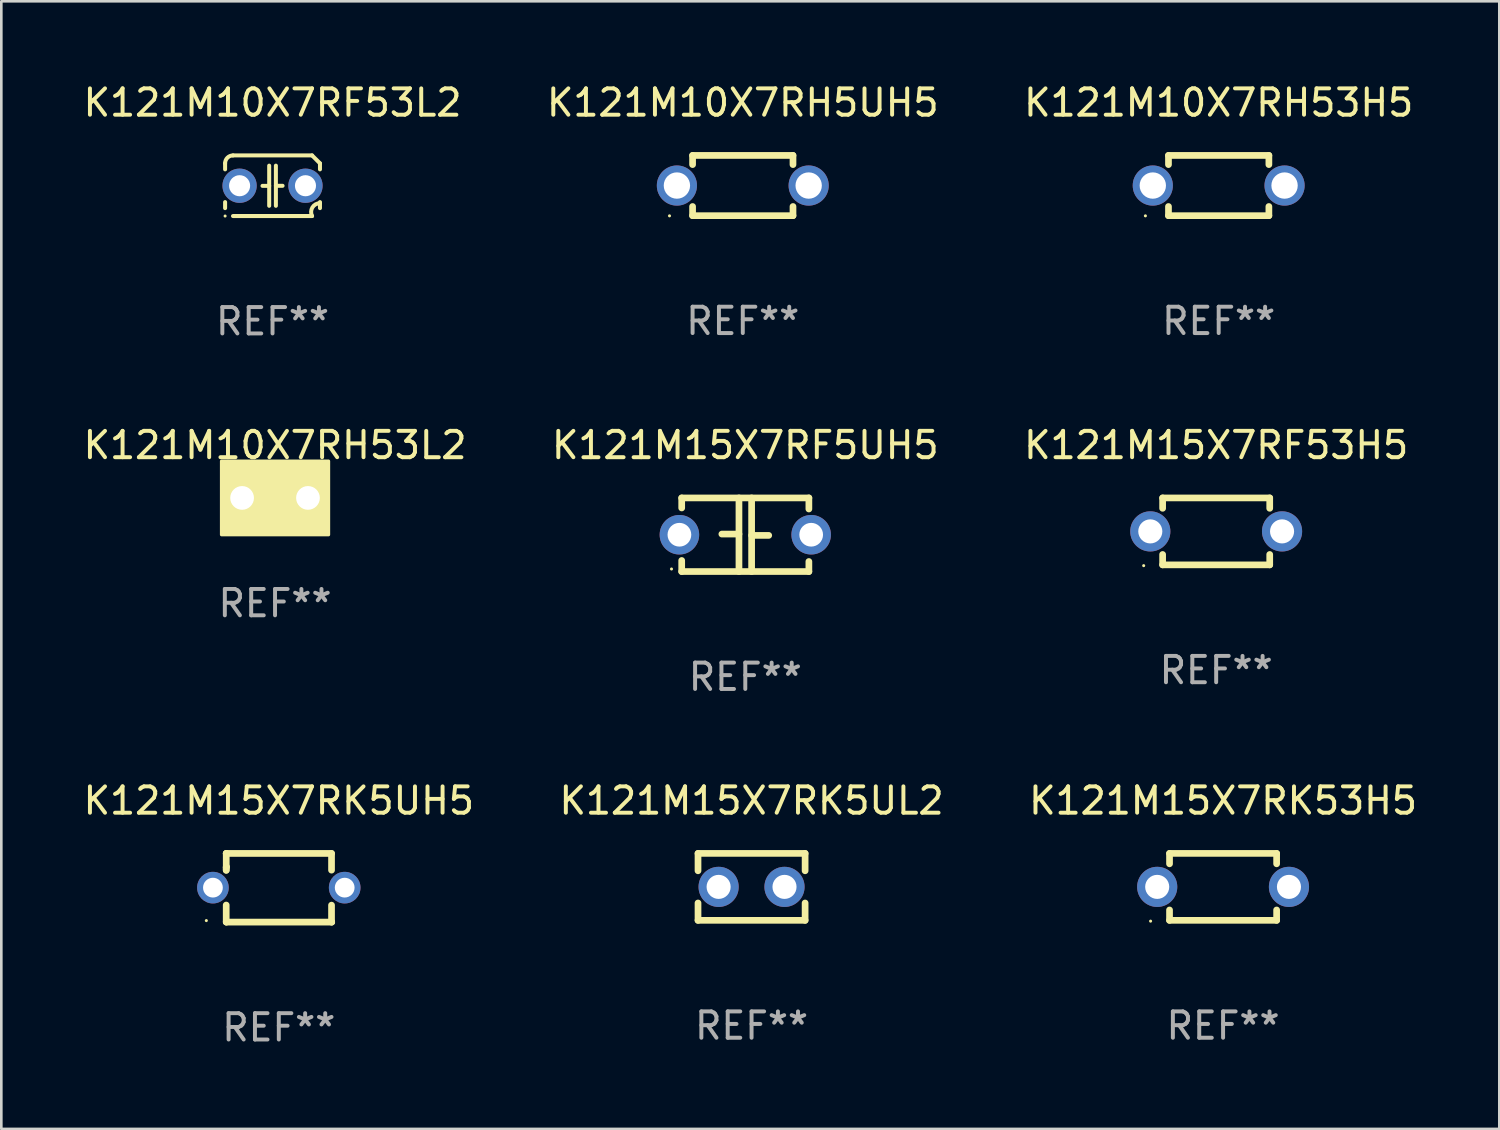
<source format=kicad_pcb>
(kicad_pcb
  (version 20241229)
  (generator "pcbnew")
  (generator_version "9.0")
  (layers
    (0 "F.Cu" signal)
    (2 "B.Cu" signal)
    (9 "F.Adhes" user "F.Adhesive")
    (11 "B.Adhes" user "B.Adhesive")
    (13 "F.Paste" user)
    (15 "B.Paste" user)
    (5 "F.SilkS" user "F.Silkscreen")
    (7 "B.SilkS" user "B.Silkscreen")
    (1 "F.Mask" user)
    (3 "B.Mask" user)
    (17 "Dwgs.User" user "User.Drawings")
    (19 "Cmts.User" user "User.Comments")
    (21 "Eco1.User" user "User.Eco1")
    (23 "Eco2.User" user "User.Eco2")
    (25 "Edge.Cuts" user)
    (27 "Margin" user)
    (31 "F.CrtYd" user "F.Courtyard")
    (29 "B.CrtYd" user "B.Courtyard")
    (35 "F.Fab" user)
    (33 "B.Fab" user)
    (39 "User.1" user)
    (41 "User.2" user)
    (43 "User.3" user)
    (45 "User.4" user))
  (footprint "K121M15X7RK53H5"
    (layer "F.Cu")
    (at 43.363 30.605)
    (property "Reference" "K121M15X7RK53H5" (at 0 -3.27 0) (layer "F.SilkS") (effects (font (size 1 1) (thickness 0.15))))
    (attr through_hole)
    (fp_line (start -2.032 -1.27) (end -2.032 -0.876) (stroke (width 0.254) (type solid)) (layer "F.SilkS"))
    (fp_line (start -2.032 0.876) (end -2.032 1.27) (stroke (width 0.254) (type solid)) (layer "F.SilkS"))
    (fp_line (start -2.032 1.27) (end 2.032 1.27) (stroke (width 0.254) (type solid)) (layer "F.SilkS"))
    (fp_line (start 2.032 -1.27) (end -2.032 -1.27) (stroke (width 0.254) (type solid)) (layer "F.SilkS"))
    (fp_line (start 2.032 -0.876) (end 2.032 -1.27) (stroke (width 0.254) (type solid)) (layer "F.SilkS"))
    (fp_line (start 2.032 1.27) (end 2.032 0.876) (stroke (width 0.254) (type solid)) (layer "F.SilkS"))
    (fp_circle (center -2.751 1.3) (end -2.721 1.3) (stroke (width 0.06) (type solid)) (fill no) (layer "F.SilkS"))
    (fp_text user "REF**" (at 0 5.27 0) (layer "F.Fab") (effects (font (size 1 1) (thickness 0.15))))
    (pad "1" thru_hole circle (at -2.5 0) (size 1.524 1.524) (drill 0.914) (layers "*.Cu" "*.Mask"))
    (pad "2" thru_hole circle (at 2.5 0) (size 1.524 1.524) (drill 0.914) (layers "*.Cu" "*.Mask")))
  (footprint "K121M10X7RF53L2"
    (layer "F.Cu")
    (at 7.292 3.998)
    (property "Reference" "K121M10X7RF53L2" (at 0 -3.15 0) (layer "F.SilkS") (effects (font (size 1 1) (thickness 0.15))))
    (attr through_hole)
    (fp_line (start -1.8 -0.621) (end -1.8 -0.85) (stroke (width 0.152) (type solid)) (layer "F.SilkS"))
    (fp_line (start -1.8 0.85) (end -1.8 0.621) (stroke (width 0.152) (type solid)) (layer "F.SilkS"))
    (fp_line (start -1.5 -1.15) (end 1.5 -1.15) (stroke (width 0.152) (type solid)) (layer "F.SilkS"))
    (fp_line (start -0.127 -0.762) (end -0.127 0.762) (stroke (width 0.152) (type solid)) (layer "F.SilkS"))
    (fp_line (start -0.127 0.005) (end -0.381 0.005) (stroke (width 0.152) (type solid)) (layer "F.SilkS"))
    (fp_line (start 0.127 -0.762) (end 0.127 0.762) (stroke (width 0.152) (type solid)) (layer "F.SilkS"))
    (fp_line (start 0.127 0.002) (end 0.381 0.002) (stroke (width 0.152) (type solid)) (layer "F.SilkS"))
    (fp_line (start 1.5 1.15) (end -1.5 1.15) (stroke (width 0.152) (type solid)) (layer "F.SilkS"))
    (fp_line (start 1.8 -0.85) (end 1.8 -0.621) (stroke (width 0.152) (type solid)) (layer "F.SilkS"))
    (fp_line (start 1.8 0.621) (end 1.8 0.85) (stroke (width 0.152) (type solid)) (layer "F.SilkS"))
    (fp_arc (start -1.799975 -0.849987) (mid -1.712107 -1.062119) (end -1.499975 -1.149987) (stroke (width 0.151994) (type solid)) (layer "F.SilkS"))
    (fp_arc (start 1.499975 1.149987) (mid 1.513726 0.822359) (end 1.799975 0.662387) (stroke (width 0.151994) (type solid)) (layer "F.SilkS"))
    (fp_arc (start 1.500001 -1.149986) (mid 1.650015 -1.000001) (end 1.8 -0.849987) (stroke (width 0.151994) (type solid)) (layer "F.SilkS"))
    (fp_circle (center -1.8 1.15) (end -1.77 1.15) (stroke (width 0.06) (type solid)) (fill no) (layer "F.SilkS"))
    (fp_text user "REF**" (at 0 5.15 0) (layer "F.Fab") (effects (font (size 1 1) (thickness 0.15))))
    (pad "1" thru_hole circle (at -1.25 0) (size 1.3 1.3) (drill 0.8) (layers "*.Cu" "*.Mask"))
    (pad "2" thru_hole circle (at 1.25 0) (size 1.3 1.3) (drill 0.8) (layers "*.Cu" "*.Mask")))
  (footprint "K121M15X7RF53H5"
    (layer "F.Cu")
    (at 43.101 17.115)
    (property "Reference" "K121M15X7RF53H5" (at 0 -3.27 0) (layer "F.SilkS") (effects (font (size 1 1) (thickness 0.15))))
    (attr through_hole)
    (fp_line (start -2.032 -1.27) (end -2.032 -0.876) (stroke (width 0.254) (type solid)) (layer "F.SilkS"))
    (fp_line (start -2.032 0.876) (end -2.032 1.27) (stroke (width 0.254) (type solid)) (layer "F.SilkS"))
    (fp_line (start -2.032 1.27) (end 2.032 1.27) (stroke (width 0.254) (type solid)) (layer "F.SilkS"))
    (fp_line (start 2.032 -1.27) (end -2.032 -1.27) (stroke (width 0.254) (type solid)) (layer "F.SilkS"))
    (fp_line (start 2.032 -0.876) (end 2.032 -1.27) (stroke (width 0.254) (type solid)) (layer "F.SilkS"))
    (fp_line (start 2.032 1.27) (end 2.032 0.876) (stroke (width 0.254) (type solid)) (layer "F.SilkS"))
    (fp_circle (center -2.751 1.3) (end -2.721 1.3) (stroke (width 0.06) (type solid)) (fill no) (layer "F.SilkS"))
    (fp_text user "REF**" (at 0 5.27 0) (layer "F.Fab") (effects (font (size 1 1) (thickness 0.15))))
    (pad "1" thru_hole circle (at -2.5 0) (size 1.524 1.524) (drill 0.914) (layers "*.Cu" "*.Mask"))
    (pad "2" thru_hole circle (at 2.5 0) (size 1.524 1.524) (drill 0.914) (layers "*.Cu" "*.Mask")))
  (footprint "K121M10X7RH53H5"
    (layer "F.Cu")
    (at 43.196 3.991)
    (property "Reference" "K121M10X7RH53H5" (at 0 -3.143 0) (layer "F.SilkS") (effects (font (size 1 1) (thickness 0.15))))
    (attr through_hole)
    (fp_line (start -1.905 -1.143) (end 1.905 -1.143) (stroke (width 0.254) (type solid)) (layer "F.SilkS"))
    (fp_line (start -1.905 -0.795) (end -1.905 -1.143) (stroke (width 0.254) (type solid)) (layer "F.SilkS"))
    (fp_line (start -1.905 1.143) (end -1.905 0.795) (stroke (width 0.254) (type solid)) (layer "F.SilkS"))
    (fp_line (start 1.905 -1.143) (end 1.905 -0.795) (stroke (width 0.254) (type solid)) (layer "F.SilkS"))
    (fp_line (start 1.905 0.795) (end 1.905 1.143) (stroke (width 0.254) (type solid)) (layer "F.SilkS"))
    (fp_line (start 1.905 1.143) (end -1.905 1.143) (stroke (width 0.254) (type solid)) (layer "F.SilkS"))
    (fp_circle (center -2.781 1.15) (end -2.751 1.15) (stroke (width 0.06) (type solid)) (fill no) (layer "F.SilkS"))
    (fp_text user "REF**" (at 0 5.143 0) (layer "F.Fab") (effects (font (size 1 1) (thickness 0.15))))
    (pad "1" thru_hole circle (at -2.5 0) (size 1.524 1.524) (drill 1) (layers "*.Cu" "*.Mask"))
    (pad "2" thru_hole circle (at 2.5 0) (size 1.524 1.524) (drill 1) (layers "*.Cu" "*.Mask")))
  (footprint "K121M15X7RK5UL2"
    (layer "F.Cu")
    (at 25.47 30.605)
    (property "Reference" "K121M15X7RK5UL2" (at 0 -3.27 0) (layer "F.SilkS") (effects (font (size 1 1) (thickness 0.15))))
    (attr through_hole)
    (fp_line (start -2.032 -1.27) (end -2.032 -0.611) (stroke (width 0.254) (type solid)) (layer "F.SilkS"))
    (fp_line (start -2.032 0.611) (end -2.032 1.27) (stroke (width 0.254) (type solid)) (layer "F.SilkS"))
    (fp_line (start -2.032 1.27) (end 2.032 1.27) (stroke (width 0.254) (type solid)) (layer "F.SilkS"))
    (fp_line (start 2.032 -1.27) (end -2.032 -1.27) (stroke (width 0.254) (type solid)) (layer "F.SilkS"))
    (fp_line (start 2.032 -0.611) (end 2.032 -1.27) (stroke (width 0.254) (type solid)) (layer "F.SilkS"))
    (fp_line (start 2.032 1.27) (end 2.032 0.611) (stroke (width 0.254) (type solid)) (layer "F.SilkS"))
    (fp_circle (center -2 1.3) (end -1.97 1.3) (stroke (width 0.06) (type solid)) (fill no) (layer "F.SilkS"))
    (fp_text user "REF**" (at 0 5.27 0) (layer "F.Fab") (effects (font (size 1 1) (thickness 0.15))))
    (pad "1" thru_hole circle (at -1.25 0) (size 1.524 1.524) (drill 0.914) (layers "*.Cu" "*.Mask"))
    (pad "2" thru_hole circle (at 1.25 0) (size 1.524 1.524) (drill 0.914) (layers "*.Cu" "*.Mask")))
  (footprint "K121M10X7RH53L2"
    (layer "F.Cu")
    (at 7.387 15.845)
    (property "Reference" "K121M10X7RH53L2" (at 0 -2 0) (layer "F.SilkS") (effects (font (size 1 1) (thickness 0.15))))
    (attr through_hole)
    (fp_circle (center -1.8 1.15) (end -1.77 1.15) (stroke (width 0.06) (type solid)) (fill no) (layer "F.SilkS"))
    (fp_poly (pts (xy -2.032 -1.397) (xy 2.032 -1.397) (xy 2.032 1.397) (xy -2.032 1.397)) (stroke (width 0.12) (type solid)) (fill yes) (layer "F.SilkS"))
    (fp_text user "REF**" (at 0 4 0) (layer "F.Fab") (effects (font (size 1 1) (thickness 0.15))))
    (pad "1" thru_hole circle (at -1.25 0) (size 1.5 1.5) (drill 0.9) (layers "*.Cu" "*.Mask"))
    (pad "2" thru_hole circle (at 1.25 0) (size 1.5 1.5) (drill 0.9) (layers "*.Cu" "*.Mask")))
  (footprint "K121M15X7RF5UH5"
    (layer "F.Cu")
    (at 25.232 17.242)
    (property "Reference" "K121M15X7RF5UH5" (at 0 -3.397 0) (layer "F.SilkS") (effects (font (size 1 1) (thickness 0.15))))
    (attr through_hole)
    (fp_line (start -2.413 -1.397) (end 2.413 -1.397) (stroke (width 0.254) (type solid)) (layer "F.SilkS"))
    (fp_line (start -2.413 -1.016) (end -2.413 -1.397) (stroke (width 0.254) (type solid)) (layer "F.SilkS"))
    (fp_line (start -2.413 0.977) (end -2.413 1.397) (stroke (width 0.254) (type solid)) (layer "F.SilkS"))
    (fp_line (start -0.24 -0.025) (end -0.889 -0.025) (stroke (width 0.254) (type solid)) (layer "F.SilkS"))
    (fp_line (start -0.24 1.397) (end -0.24 -1.397) (stroke (width 0.254) (type solid)) (layer "F.SilkS"))
    (fp_line (start 0.24 -1.397) (end 0.24 1.397) (stroke (width 0.254) (type solid)) (layer "F.SilkS"))
    (fp_line (start 0.24 0.025) (end 0.889 0.025) (stroke (width 0.254) (type solid)) (layer "F.SilkS"))
    (fp_line (start 2.413 -0.977) (end 2.413 -1.397) (stroke (width 0.254) (type solid)) (layer "F.SilkS"))
    (fp_line (start 2.413 1.016) (end 2.413 1.397) (stroke (width 0.254) (type solid)) (layer "F.SilkS"))
    (fp_line (start 2.413 1.397) (end -2.413 1.397) (stroke (width 0.254) (type solid)) (layer "F.SilkS"))
    (fp_circle (center -2.8 1.3) (end -2.77 1.3) (stroke (width 0.06) (type solid)) (fill no) (layer "F.SilkS"))
    (fp_text user "REF**" (at 0 5.397 0) (layer "F.Fab") (effects (font (size 1 1) (thickness 0.15))))
    (pad "1" thru_hole circle (at -2.5 0) (size 1.5 1.5) (drill 0.9) (layers "*.Cu" "*.Mask"))
    (pad "2" thru_hole circle (at 2.5 0) (size 1.5 1.5) (drill 0.9) (layers "*.Cu" "*.Mask")))
  (footprint "K121M15X7RK5UH5"
    (layer "F.Cu")
    (at 7.53 30.639)
    (property "Reference" "K121M15X7RK5UH5" (at 0 -3.303 0) (layer "F.SilkS") (effects (font (size 1 1) (thickness 0.15))))
    (attr through_hole)
    (fp_line (start -1.996 -0.782) (end -1.983 -0.795) (stroke (width 0.254) (type solid)) (layer "F.SilkS"))
    (fp_line (start -1.996 -0.665) (end -1.996 -0.782) (stroke (width 0.254) (type solid)) (layer "F.SilkS"))
    (fp_line (start -1.996 1.297) (end -1.996 0.655) (stroke (width 0.254) (type solid)) (layer "F.SilkS"))
    (fp_line (start -1.996 -1.303) (end 2.001 -1.303) (stroke (width 0.254) (type solid)) (layer "F.SilkS"))
    (fp_line (start -1.995 -1.303) (end -1.996 -1.303) (stroke (width 0.254) (type solid)) (layer "F.SilkS"))
    (fp_line (start -1.995 -0.664) (end -1.995 -1.303) (stroke (width 0.254) (type solid)) (layer "F.SilkS"))
    (fp_line (start -1.99 1.303) (end -1.996 1.297) (stroke (width 0.254) (type solid)) (layer "F.SilkS"))
    (fp_line (start 2.001 -1.303) (end 2.001 -0.669) (stroke (width 0.254) (type solid)) (layer "F.SilkS"))
    (fp_line (start 2.001 0.659) (end 2.001 1.297) (stroke (width 0.254) (type solid)) (layer "F.SilkS"))
    (fp_line (start 2.001 1.297) (end 2.008 1.303) (stroke (width 0.254) (type solid)) (layer "F.SilkS"))
    (fp_line (start 2.008 1.303) (end -1.99 1.303) (stroke (width 0.254) (type solid)) (layer "F.SilkS"))
    (fp_circle (center -2.75 1.245) (end -2.72 1.245) (stroke (width 0.06) (type solid)) (fill no) (layer "F.SilkS"))
    (fp_text user "REF**" (at 0 5.303 0) (layer "F.Fab") (effects (font (size 1 1) (thickness 0.15))))
    (pad "1" thru_hole circle (at -2.5 -0.005) (size 1.2 1.2) (drill 0.75) (layers "*.Cu" "*.Mask"))
    (pad "2" thru_hole circle (at 2.5 -0.005) (size 1.2 1.2) (drill 0.75) (layers "*.Cu" "*.Mask")))
  (footprint "K121M10X7RH5UH5"
    (layer "F.Cu")
    (at 25.137 3.991)
    (property "Reference" "K121M10X7RH5UH5" (at 0 -3.143 0) (layer "F.SilkS") (effects (font (size 1 1) (thickness 0.15))))
    (attr through_hole)
    (fp_line (start -1.905 -1.143) (end 1.905 -1.143) (stroke (width 0.254) (type solid)) (layer "F.SilkS"))
    (fp_line (start -1.905 -0.795) (end -1.905 -1.143) (stroke (width 0.254) (type solid)) (layer "F.SilkS"))
    (fp_line (start -1.905 1.143) (end -1.905 0.795) (stroke (width 0.254) (type solid)) (layer "F.SilkS"))
    (fp_line (start 1.905 -1.143) (end 1.905 -0.795) (stroke (width 0.254) (type solid)) (layer "F.SilkS"))
    (fp_line (start 1.905 0.795) (end 1.905 1.143) (stroke (width 0.254) (type solid)) (layer "F.SilkS"))
    (fp_line (start 1.905 1.143) (end -1.905 1.143) (stroke (width 0.254) (type solid)) (layer "F.SilkS"))
    (fp_circle (center -2.781 1.15) (end -2.751 1.15) (stroke (width 0.06) (type solid)) (fill no) (layer "F.SilkS"))
    (fp_text user "REF**" (at 0 5.143 0) (layer "F.Fab") (effects (font (size 1 1) (thickness 0.15))))
    (pad "1" thru_hole circle (at -2.5 0) (size 1.524 1.524) (drill 1) (layers "*.Cu" "*.Mask"))
    (pad "2" thru_hole circle (at 2.5 0) (size 1.524 1.524) (drill 1) (layers "*.Cu" "*.Mask")))
  (gr_rect
    (start -3 -3)
    (end 53.845 39.79)
    (stroke (width 0.1) (type default))
    (fill no)
    (layer "Edge.Cuts")))
</source>
